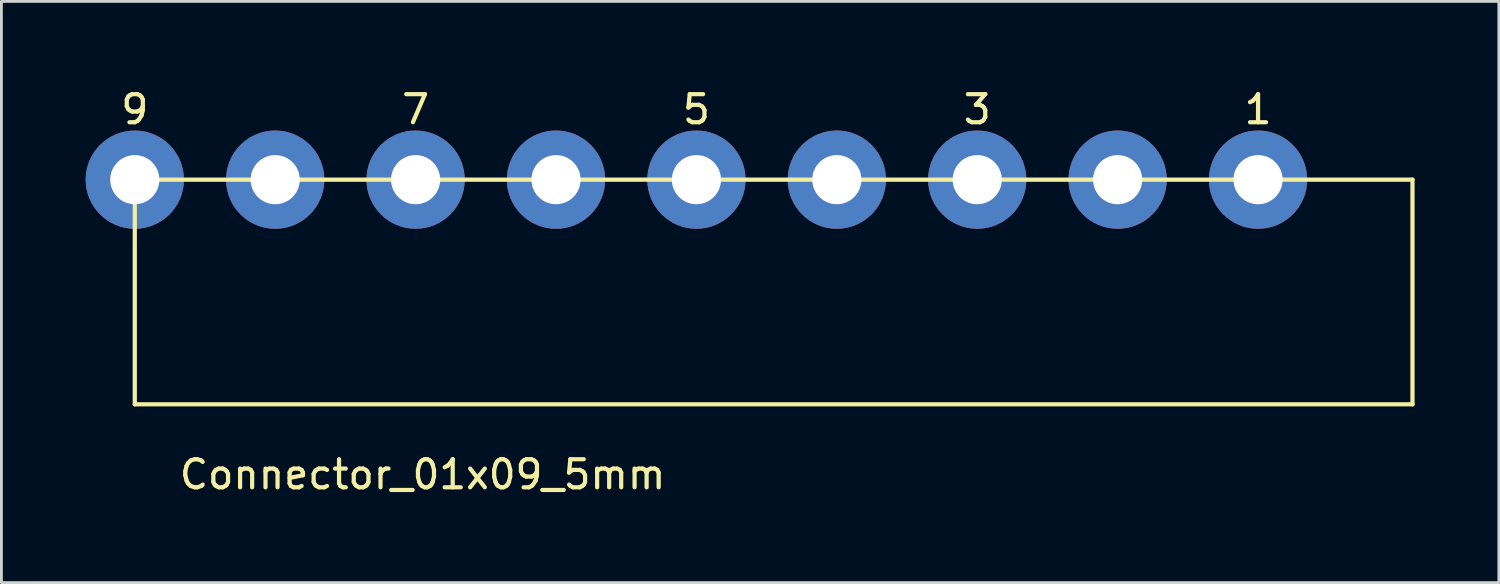
<source format=kicad_pcb>
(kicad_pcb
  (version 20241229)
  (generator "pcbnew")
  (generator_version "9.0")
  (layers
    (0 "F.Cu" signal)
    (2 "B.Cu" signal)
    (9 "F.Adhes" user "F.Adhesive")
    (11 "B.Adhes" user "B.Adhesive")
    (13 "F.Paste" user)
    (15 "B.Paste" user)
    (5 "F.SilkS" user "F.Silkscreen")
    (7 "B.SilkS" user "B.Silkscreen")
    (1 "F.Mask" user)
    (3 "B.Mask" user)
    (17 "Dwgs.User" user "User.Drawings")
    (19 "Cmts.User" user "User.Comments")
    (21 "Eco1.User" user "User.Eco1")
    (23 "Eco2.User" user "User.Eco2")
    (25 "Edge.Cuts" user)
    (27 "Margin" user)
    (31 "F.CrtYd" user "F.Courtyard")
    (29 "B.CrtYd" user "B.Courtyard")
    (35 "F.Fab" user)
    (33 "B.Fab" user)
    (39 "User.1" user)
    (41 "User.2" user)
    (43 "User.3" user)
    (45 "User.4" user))
  (footprint "Connector_01x09_5mm"
    (layer "F.Cu")
    (at 41.75 3.348)
    (property "Reference" "Connector_01x09_5mm" (at -29.75 10.5 0) (layer "F.SilkS") (effects (font (size 1 1) (thickness 0.15))))
    (attr through_hole)
    (fp_line (start -40 8) (end -40 0) (stroke (width 0.15) (type solid)) (layer "F.SilkS"))
    (fp_line (start -40 8) (end 5.5 8) (stroke (width 0.15) (type solid)) (layer "F.SilkS"))
    (fp_line (start 5.5 0) (end -40 0) (stroke (width 0.15) (type solid)) (layer "F.SilkS"))
    (fp_line (start 5.5 8) (end 5.5 0) (stroke (width 0.15) (type solid)) (layer "F.SilkS"))
    (fp_text user "1" (at 0 -2.5 0) (layer "F.SilkS") (effects (font (size 1 1) (thickness 0.15))))
    (fp_text user "3" (at -10 -2.5 0) (layer "F.SilkS") (effects (font (size 1 1) (thickness 0.15))))
    (fp_text user "9" (at -40 -2.5 0) (layer "F.SilkS") (effects (font (size 1 1) (thickness 0.15))))
    (fp_text user "7" (at -30 -2.5 0) (layer "F.SilkS") (effects (font (size 1 1) (thickness 0.15))))
    (fp_text user "5" (at -20 -2.5 0) (layer "F.SilkS") (effects (font (size 1 1) (thickness 0.15))))
    (pad "1" thru_hole circle (at 0 0 180) (size 3.5 3.5) (drill 1.75) (layers "B.Cu" "B.Mask"))
    (pad "2" thru_hole circle (at -5 0 180) (size 3.5 3.5) (drill 1.75) (layers "B.Cu" "B.Mask"))
    (pad "3" thru_hole circle (at -10 0 180) (size 3.5 3.5) (drill 1.75) (layers "B.Cu" "B.Mask"))
    (pad "4" thru_hole circle (at -15 0 180) (size 3.5 3.5) (drill 1.75) (layers "B.Cu" "B.Mask"))
    (pad "5" thru_hole circle (at -20 0 180) (size 3.5 3.5) (drill 1.75) (layers "B.Cu" "B.Mask"))
    (pad "6" thru_hole circle (at -25 0 180) (size 3.5 3.5) (drill 1.75) (layers "B.Cu" "B.Mask"))
    (pad "7" thru_hole circle (at -30 0 180) (size 3.5 3.5) (drill 1.75) (layers "B.Cu" "B.Mask"))
    (pad "8" thru_hole circle (at -35 0 180) (size 3.5 3.5) (drill 1.75) (layers "B.Cu" "B.Mask"))
    (pad "9" thru_hole circle (at -40 0 180) (size 3.5 3.5) (drill 1.75) (layers "B.Cu" "B.Mask")))
  (gr_rect
    (start -3 -3)
    (end 50.325 17.697)
    (stroke (width 0.1) (type default))
    (fill no)
    (layer "Edge.Cuts")))
</source>
